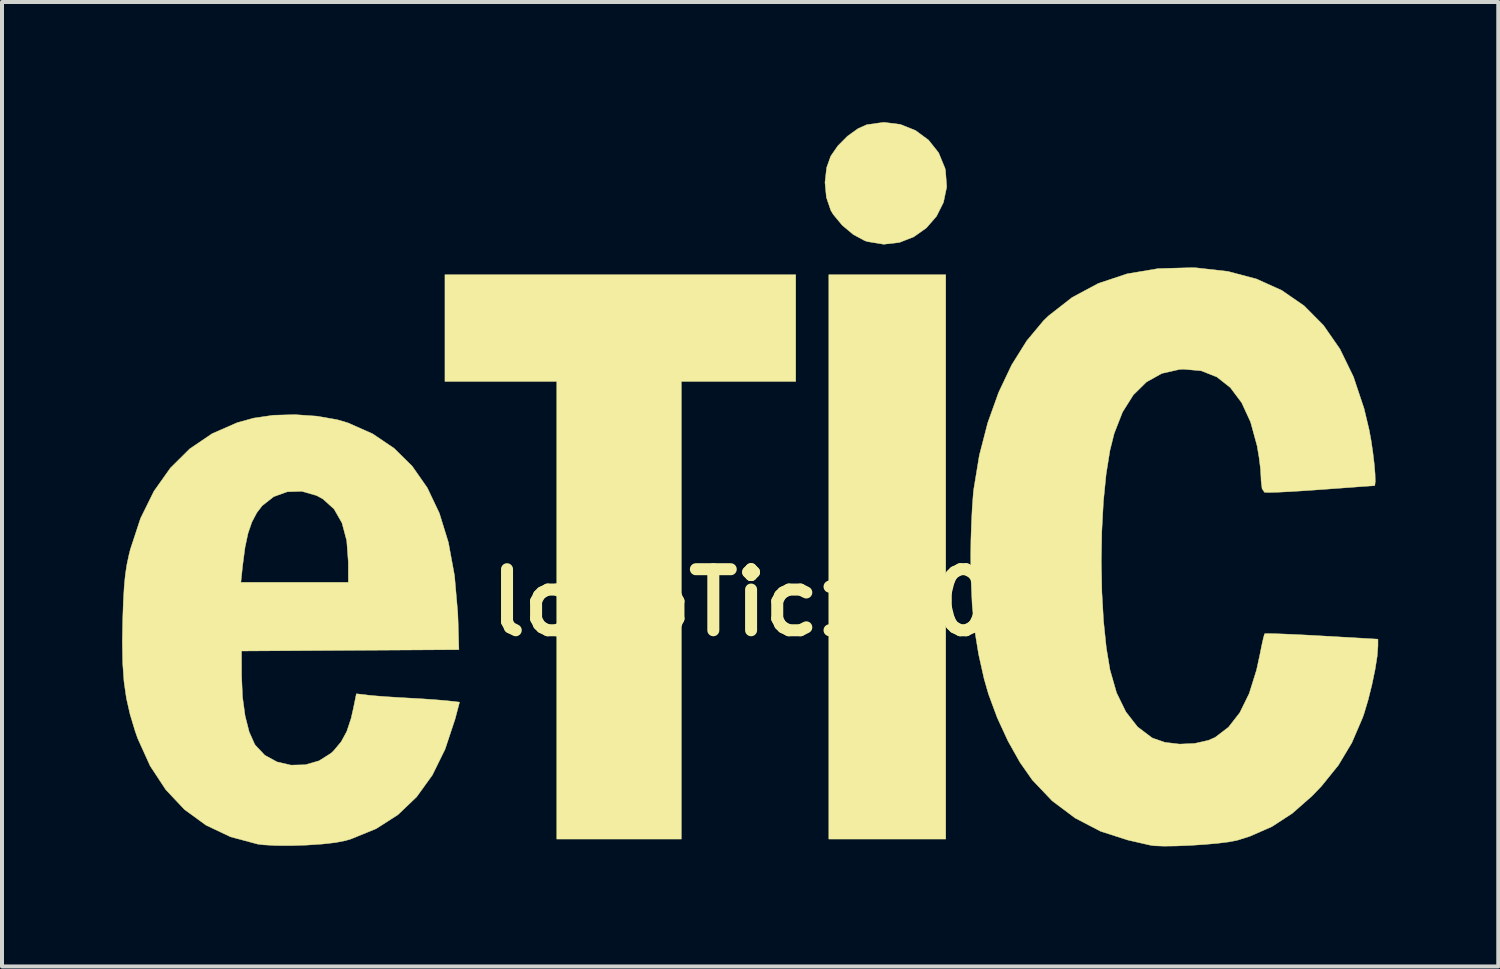
<source format=kicad_pcb>
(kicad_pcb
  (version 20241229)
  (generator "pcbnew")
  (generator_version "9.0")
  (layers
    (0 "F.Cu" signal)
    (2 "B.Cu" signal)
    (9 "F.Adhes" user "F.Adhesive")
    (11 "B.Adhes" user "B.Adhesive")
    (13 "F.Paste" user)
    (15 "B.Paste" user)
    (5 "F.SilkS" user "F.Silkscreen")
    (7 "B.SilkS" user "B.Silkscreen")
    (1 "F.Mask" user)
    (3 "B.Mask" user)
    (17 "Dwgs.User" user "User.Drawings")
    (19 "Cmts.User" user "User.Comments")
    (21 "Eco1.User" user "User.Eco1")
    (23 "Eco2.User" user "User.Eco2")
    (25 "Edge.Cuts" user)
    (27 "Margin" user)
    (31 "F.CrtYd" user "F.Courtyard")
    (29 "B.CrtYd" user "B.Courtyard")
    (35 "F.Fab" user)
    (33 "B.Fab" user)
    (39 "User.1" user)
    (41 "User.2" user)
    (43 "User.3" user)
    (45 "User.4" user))
  (footprint "logoTic150"
    (layer "F.Cu")
    (at 15.492 12.002)
    (property "Reference" "logoTic150" (at 0 0 0) (layer "F.SilkS") (effects (font (size 1.524 1.524) (thickness 0.3))))
    (attr through_hole)
    (fp_poly (pts (xy 5.08 5.905) (xy 2.159 5.905) (xy 2.159 -8.191) (xy 5.08 -8.191) (xy 5.08 5.905)) (stroke (width 0.01) (type solid)) (fill yes) (layer "F.SilkS"))
    (fp_poly (pts (xy 1.333 -5.524) (xy -1.524 -5.524) (xy -1.524 5.905) (xy -4.636 5.905) (xy -4.636 -5.524) (xy -7.429 -5.524) (xy -7.429 -8.191) (xy 1.333 -8.191) (xy 1.333 -5.524)) (stroke (width 0.01) (type solid)) (fill yes) (layer "F.SilkS"))
    (fp_poly (pts (xy 3.947 -11.945) (xy 4.326 -11.793) (xy 4.651 -11.553) (xy 4.902 -11.236) (xy 5.06 -10.853) (xy 5.073 -10.798) (xy 5.104 -10.384) (xy 5.023 -9.997) (xy 4.849 -9.65) (xy 4.596 -9.359) (xy 4.281 -9.136) (xy 3.92 -8.995) (xy 3.529 -8.951) (xy 3.123 -9.018) (xy 3.057 -9.04) (xy 2.772 -9.193) (xy 2.494 -9.425) (xy 2.269 -9.697) (xy 2.208 -9.799) (xy 2.098 -10.123) (xy 2.063 -10.497) (xy 2.105 -10.867) (xy 2.207 -11.153) (xy 2.385 -11.41) (xy 2.625 -11.651) (xy 2.888 -11.84) (xy 3.107 -11.938) (xy 3.534 -11.997) (xy 3.947 -11.945)) (stroke (width 0.01) (type solid)) (fill yes) (layer "F.SilkS"))
    (fp_poly (pts (xy -10.627 -4.658) (xy -10.121 -4.57) (xy -9.85 -4.49) (xy -9.235 -4.217) (xy -8.701 -3.857) (xy -8.246 -3.408) (xy -7.869 -2.868) (xy -7.568 -2.234) (xy -7.342 -1.503) (xy -7.189 -0.671) (xy -7.108 0.263) (xy -7.099 0.508) (xy -7.08 1.175) (xy -9.795 1.191) (xy -12.509 1.208) (xy -12.508 1.826) (xy -12.485 2.354) (xy -12.42 2.829) (xy -12.318 3.229) (xy -12.183 3.531) (xy -12.165 3.56) (xy -11.928 3.811) (xy -11.622 3.978) (xy -11.275 4.058) (xy -10.915 4.049) (xy -10.571 3.949) (xy -10.269 3.757) (xy -10.209 3.7) (xy -10.019 3.472) (xy -9.88 3.215) (xy -9.773 2.892) (xy -9.717 2.646) (xy -9.641 2.276) (xy -9.345 2.311) (xy -9.155 2.329) (xy -8.881 2.35) (xy -8.565 2.37) (xy -8.35 2.382) (xy -8.029 2.4) (xy -7.723 2.421) (xy -7.473 2.441) (xy -7.358 2.452) (xy -7.064 2.486) (xy -7.176 2.91) (xy -7.425 3.661) (xy -7.743 4.307) (xy -8.135 4.851) (xy -8.602 5.297) (xy -9.146 5.646) (xy -9.772 5.902) (xy -9.921 5.946) (xy -10.164 5.993) (xy -10.497 6.03) (xy -10.881 6.056) (xy -11.279 6.069) (xy -11.653 6.067) (xy -11.966 6.049) (xy -12.108 6.031) (xy -12.785 5.849) (xy -13.395 5.56) (xy -13.935 5.167) (xy -14.401 4.672) (xy -14.792 4.078) (xy -15.105 3.387) (xy -15.168 3.205) (xy -15.293 2.791) (xy -15.385 2.388) (xy -15.445 1.97) (xy -15.478 1.506) (xy -15.487 0.97) (xy -15.477 0.422) (xy -15.461 -0.037) (xy -15.44 -0.399) (xy -15.43 -0.508) (xy -12.526 -0.508) (xy -9.842 -0.508) (xy -9.842 -1.004) (xy -9.882 -1.547) (xy -10 -1.99) (xy -10.198 -2.337) (xy -10.477 -2.589) (xy -10.634 -2.675) (xy -11.003 -2.78) (xy -11.368 -2.769) (xy -11.705 -2.647) (xy -11.992 -2.422) (xy -12.125 -2.25) (xy -12.251 -2.012) (xy -12.347 -1.732) (xy -12.422 -1.381) (xy -12.481 -0.933) (xy -12.484 -0.905) (xy -12.526 -0.508) (xy -15.43 -0.508) (xy -15.412 -0.694) (xy -15.373 -0.952) (xy -15.319 -1.202) (xy -15.286 -1.333) (xy -15.032 -2.105) (xy -14.698 -2.782) (xy -14.287 -3.362) (xy -13.802 -3.843) (xy -13.244 -4.221) (xy -12.617 -4.496) (xy -12.204 -4.61) (xy -11.715 -4.681) (xy -11.174 -4.696) (xy -10.627 -4.658)) (stroke (width 0.01) (type solid)) (fill yes) (layer "F.SilkS"))
    (fp_poly (pts (xy 11.335 -8.363) (xy 12.125 -8.274) (xy 12.837 -8.086) (xy 13.472 -7.8) (xy 14.031 -7.414) (xy 14.514 -6.927) (xy 14.924 -6.337) (xy 15.262 -5.644) (xy 15.528 -4.847) (xy 15.654 -4.32) (xy 15.705 -4.042) (xy 15.748 -3.747) (xy 15.782 -3.462) (xy 15.803 -3.213) (xy 15.808 -3.027) (xy 15.797 -2.929) (xy 15.787 -2.921) (xy 15.714 -2.916) (xy 15.533 -2.904) (xy 15.265 -2.884) (xy 14.928 -2.859) (xy 14.542 -2.831) (xy 14.435 -2.823) (xy 14.036 -2.795) (xy 13.679 -2.773) (xy 13.381 -2.758) (xy 13.165 -2.752) (xy 13.05 -2.755) (xy 13.04 -2.757) (xy 12.98 -2.847) (xy 12.955 -3.054) (xy 12.954 -3.112) (xy 12.941 -3.34) (xy 12.905 -3.629) (xy 12.856 -3.918) (xy 12.854 -3.924) (xy 12.693 -4.512) (xy 12.47 -4.995) (xy 12.188 -5.371) (xy 11.85 -5.637) (xy 11.458 -5.791) (xy 11.014 -5.831) (xy 10.913 -5.824) (xy 10.477 -5.725) (xy 10.093 -5.511) (xy 9.765 -5.188) (xy 9.495 -4.759) (xy 9.287 -4.227) (xy 9.181 -3.805) (xy 9.086 -3.213) (xy 9.018 -2.533) (xy 8.978 -1.795) (xy 8.965 -1.029) (xy 8.979 -0.266) (xy 9.021 0.463) (xy 9.09 1.128) (xy 9.182 1.68) (xy 9.346 2.251) (xy 9.578 2.727) (xy 9.871 3.103) (xy 10.224 3.37) (xy 10.249 3.384) (xy 10.553 3.489) (xy 10.919 3.533) (xy 11.299 3.516) (xy 11.643 3.438) (xy 11.808 3.365) (xy 12.142 3.11) (xy 12.425 2.746) (xy 12.658 2.271) (xy 12.842 1.682) (xy 12.924 1.306) (xy 12.972 1.068) (xy 13.013 0.884) (xy 13.041 0.784) (xy 13.046 0.776) (xy 13.114 0.772) (xy 13.29 0.775) (xy 13.557 0.785) (xy 13.894 0.8) (xy 14.284 0.82) (xy 14.473 0.831) (xy 15.875 0.912) (xy 15.875 1.083) (xy 15.856 1.336) (xy 15.803 1.67) (xy 15.725 2.046) (xy 15.631 2.425) (xy 15.529 2.766) (xy 15.494 2.868) (xy 15.222 3.501) (xy 14.887 4.06) (xy 14.464 4.584) (xy 14.23 4.828) (xy 13.734 5.264) (xy 13.225 5.595) (xy 12.671 5.838) (xy 12.351 5.938) (xy 12.153 5.976) (xy 11.871 6.011) (xy 11.535 6.041) (xy 11.178 6.064) (xy 10.83 6.078) (xy 10.524 6.082) (xy 10.291 6.073) (xy 10.192 6.059) (xy 10.068 6.031) (xy 9.863 5.984) (xy 9.623 5.929) (xy 9.62 5.928) (xy 8.946 5.711) (xy 8.312 5.381) (xy 7.737 4.95) (xy 7.242 4.43) (xy 7.242 4.43) (xy 6.932 3.987) (xy 6.634 3.456) (xy 6.366 2.875) (xy 6.147 2.284) (xy 6.038 1.905) (xy 5.901 1.294) (xy 5.803 0.692) (xy 5.74 0.063) (xy 5.709 -0.629) (xy 5.703 -1.143) (xy 5.708 -1.558) (xy 5.722 -1.988) (xy 5.742 -2.39) (xy 5.767 -2.723) (xy 5.778 -2.827) (xy 5.918 -3.678) (xy 6.128 -4.491) (xy 6.4 -5.25) (xy 6.727 -5.939) (xy 7.104 -6.542) (xy 7.522 -7.043) (xy 7.645 -7.162) (xy 8.234 -7.622) (xy 8.887 -7.972) (xy 9.605 -8.212) (xy 10.387 -8.344) (xy 11.234 -8.367) (xy 11.335 -8.363)) (stroke (width 0.01) (type solid)) (fill yes) (layer "F.SilkS")))
  (gr_rect
    (start -3 -3)
    (end 34.372 21.089)
    (stroke (width 0.1) (type default))
    (fill no)
    (layer "Edge.Cuts")))
</source>
